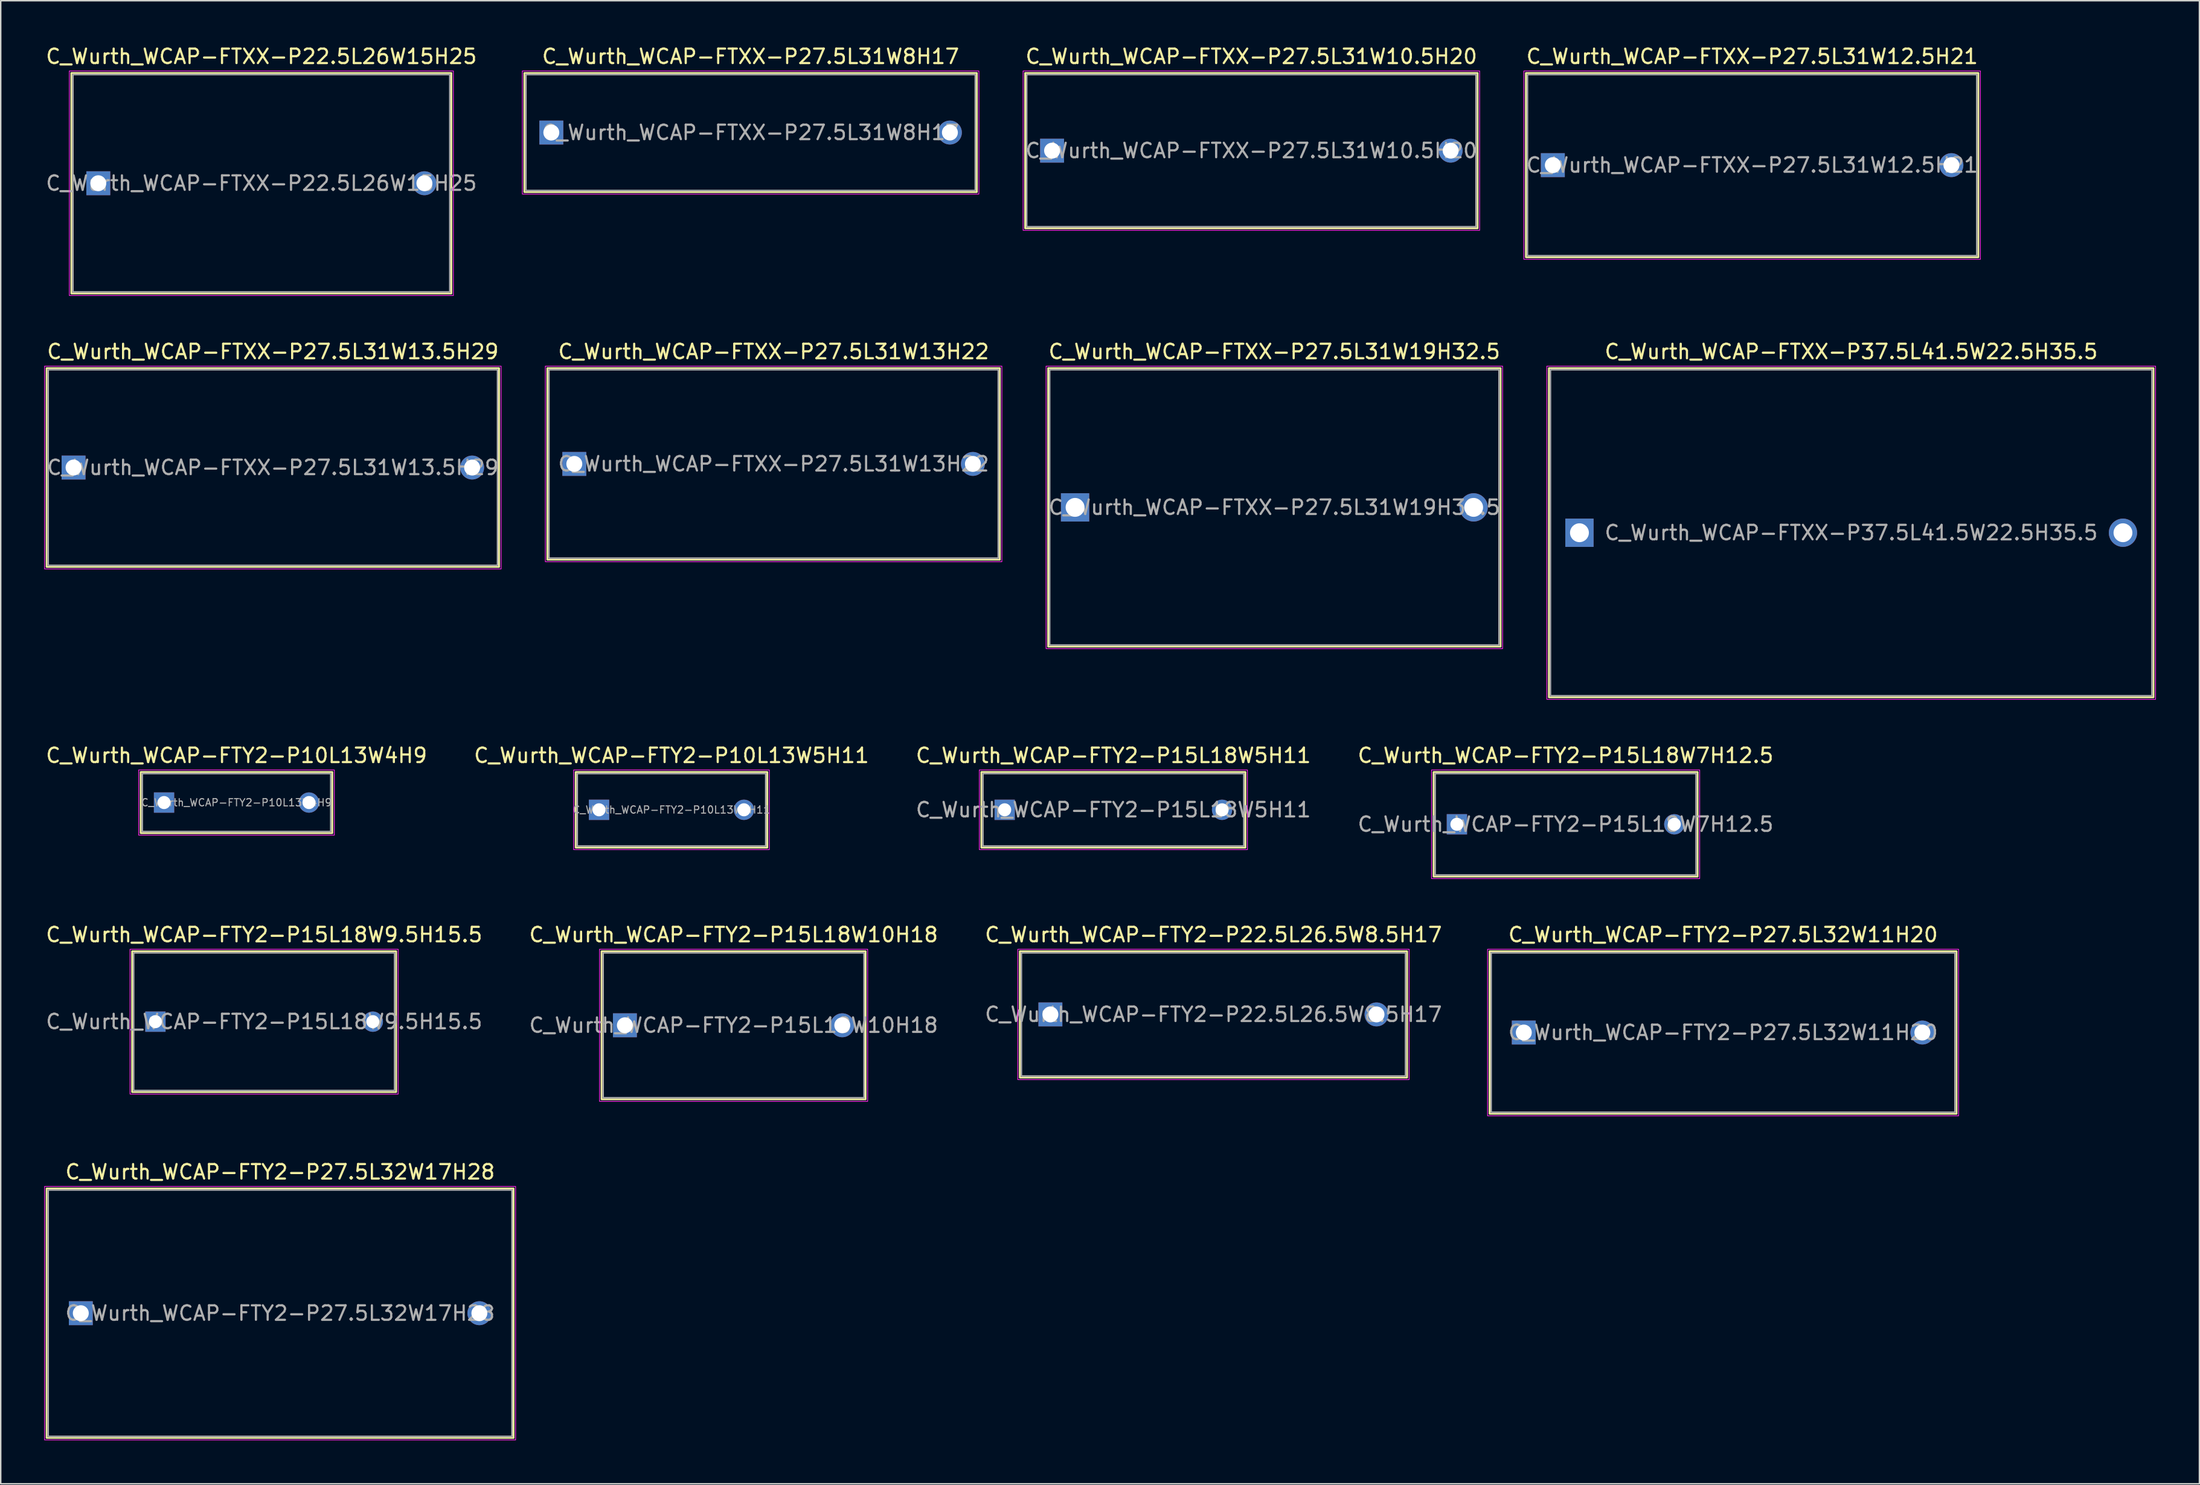
<source format=kicad_pcb>
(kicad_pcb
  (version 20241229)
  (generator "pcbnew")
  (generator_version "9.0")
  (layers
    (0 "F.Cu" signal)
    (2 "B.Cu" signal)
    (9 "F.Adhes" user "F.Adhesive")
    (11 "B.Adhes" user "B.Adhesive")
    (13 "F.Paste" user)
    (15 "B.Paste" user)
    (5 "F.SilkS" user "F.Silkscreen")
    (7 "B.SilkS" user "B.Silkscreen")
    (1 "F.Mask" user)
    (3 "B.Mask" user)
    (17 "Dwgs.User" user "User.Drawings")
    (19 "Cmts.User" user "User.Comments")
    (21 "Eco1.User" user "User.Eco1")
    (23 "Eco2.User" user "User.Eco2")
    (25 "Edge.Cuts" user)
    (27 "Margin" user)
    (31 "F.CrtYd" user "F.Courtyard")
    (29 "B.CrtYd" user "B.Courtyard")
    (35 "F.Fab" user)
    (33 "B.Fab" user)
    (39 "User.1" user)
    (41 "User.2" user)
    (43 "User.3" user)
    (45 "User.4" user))
  (footprint "C_Wurth_WCAP-FTXX-P27.5L31W8H17"
    (layer "F.Cu")
    (at 34.989 6.098)
    (property "Reference" "C_Wurth_WCAP-FTXX-P27.5L31W8H17" (at 13.75 -5.25 0) (unlocked yes) (layer "F.SilkS") (effects (font (size 1 1) (thickness 0.15))))
    (attr through_hole)
    (fp_rect (start -1.86 -4.11) (end 29.36 4.11) (stroke (width 0.12) (type solid)) (fill no) (layer "F.SilkS"))
    (fp_rect (start -2 -4.25) (end 29.5 4.25) (stroke (width 0.05) (type solid)) (fill no) (layer "F.CrtYd"))
    (fp_rect (start -1.75 -4) (end 29.25 4) (stroke (width 0.1) (type solid)) (fill no) (layer "F.Fab"))
    (fp_text user "${REFERENCE}" (at 13.75 0 0) (unlocked yes) (layer "F.Fab") (effects (font (size 1 1) (thickness 0.15))))
    (pad "1" thru_hole rect (at 0 0) (size 1.65 1.65) (drill 1.1) (layers "*.Cu" "*.Mask"))
    (pad "2" thru_hole circle (at 27.5 0) (size 1.65 1.65) (drill 1.1) (layers "*.Cu" "*.Mask")))
  (footprint "C_Wurth_WCAP-FTXX-P37.5L41.5W22.5H35.5"
    (layer "F.Cu")
    (at 105.925 33.721)
    (property "Reference" "C_Wurth_WCAP-FTXX-P37.5L41.5W22.5H35.5" (at 18.75 -12.5 0) (unlocked yes) (layer "F.SilkS") (effects (font (size 1 1) (thickness 0.15))))
    (attr through_hole)
    (fp_rect (start -2.11 -11.36) (end 39.61 11.36) (stroke (width 0.12) (type solid)) (fill no) (layer "F.SilkS"))
    (fp_rect (start -2.25 -11.5) (end 39.75 11.5) (stroke (width 0.05) (type solid)) (fill no) (layer "F.CrtYd"))
    (fp_rect (start -2 -11.25) (end 39.5 11.25) (stroke (width 0.1) (type solid)) (fill no) (layer "F.Fab"))
    (fp_text user "${REFERENCE}" (at 18.75 0 0) (unlocked yes) (layer "F.Fab") (effects (font (size 1 1) (thickness 0.15))))
    (pad "1" thru_hole rect (at 0 0) (size 1.95 1.95) (drill 1.3) (layers "*.Cu" "*.Mask"))
    (pad "2" thru_hole circle (at 37.5 0) (size 1.95 1.95) (drill 1.3) (layers "*.Cu" "*.Mask")))
  (footprint "C_Wurth_WCAP-FTXX-P27.5L31W13.5H29"
    (layer "F.Cu")
    (at 2.025 29.221)
    (property "Reference" "C_Wurth_WCAP-FTXX-P27.5L31W13.5H29" (at 13.75 -8 0) (unlocked yes) (layer "F.SilkS") (effects (font (size 1 1) (thickness 0.15))))
    (attr through_hole)
    (fp_rect (start -1.86 -6.86) (end 29.36 6.86) (stroke (width 0.12) (type solid)) (fill no) (layer "F.SilkS"))
    (fp_rect (start -2 -7) (end 29.5 7) (stroke (width 0.05) (type solid)) (fill no) (layer "F.CrtYd"))
    (fp_rect (start -1.75 -6.75) (end 29.25 6.75) (stroke (width 0.1) (type solid)) (fill no) (layer "F.Fab"))
    (fp_text user "${REFERENCE}" (at 13.75 0 0) (unlocked yes) (layer "F.Fab") (effects (font (size 1 1) (thickness 0.15))))
    (pad "1" thru_hole rect (at 0 0) (size 1.65 1.65) (drill 1.1) (layers "*.Cu" "*.Mask"))
    (pad "2" thru_hole circle (at 27.5 0) (size 1.65 1.65) (drill 1.1) (layers "*.Cu" "*.Mask")))
  (footprint "C_Wurth_WCAP-FTY2-P15L18W10H18"
    (layer "F.Cu")
    (at 40.065 67.718)
    (property "Reference" "C_Wurth_WCAP-FTY2-P15L18W10H18" (at 7.5 -6.25 0) (unlocked yes) (layer "F.SilkS") (effects (font (size 1 1) (thickness 0.15))))
    (attr through_hole)
    (fp_rect (start -1.61 -5.11) (end 16.61 5.11) (stroke (width 0.12) (type solid)) (fill no) (layer "F.SilkS"))
    (fp_rect (start -1.75 -5.25) (end 16.75 5.25) (stroke (width 0.05) (type solid)) (fill no) (layer "F.CrtYd"))
    (fp_rect (start -1.5 -5) (end 16.5 5) (stroke (width 0.1) (type solid)) (fill no) (layer "F.Fab"))
    (fp_text user "${REFERENCE}" (at 7.5 0 0) (unlocked yes) (layer "F.Fab") (effects (font (size 1 1) (thickness 0.15))))
    (pad "1" thru_hole rect (at 0 0) (size 1.65 1.65) (drill 1.1) (layers "*.Cu" "*.Mask"))
    (pad "2" thru_hole circle (at 15 0) (size 1.65 1.65) (drill 1.1) (layers "*.Cu" "*.Mask")))
  (footprint "C_Wurth_WCAP-FTXX-P27.5L31W19H32.5"
    (layer "F.Cu")
    (at 71.125 31.971)
    (property "Reference" "C_Wurth_WCAP-FTXX-P27.5L31W19H32.5" (at 13.75 -10.75 0) (unlocked yes) (layer "F.SilkS") (effects (font (size 1 1) (thickness 0.15))))
    (attr through_hole)
    (fp_rect (start -1.86 -9.61) (end 29.36 9.61) (stroke (width 0.12) (type solid)) (fill no) (layer "F.SilkS"))
    (fp_rect (start -2 -9.75) (end 29.5 9.75) (stroke (width 0.05) (type solid)) (fill no) (layer "F.CrtYd"))
    (fp_rect (start -1.75 -9.5) (end 29.25 9.5) (stroke (width 0.1) (type solid)) (fill no) (layer "F.Fab"))
    (fp_text user "${REFERENCE}" (at 13.75 0 0) (unlocked yes) (layer "F.Fab") (effects (font (size 1 1) (thickness 0.15))))
    (pad "1" thru_hole rect (at 0 0) (size 1.95 1.95) (drill 1.3) (layers "*.Cu" "*.Mask"))
    (pad "2" thru_hole circle (at 27.5 0) (size 1.95 1.95) (drill 1.3) (layers "*.Cu" "*.Mask")))
  (footprint "C_Wurth_WCAP-FTXX-P27.5L31W13H22"
    (layer "F.Cu")
    (at 36.575 28.971)
    (property "Reference" "C_Wurth_WCAP-FTXX-P27.5L31W13H22" (at 13.75 -7.75 0) (unlocked yes) (layer "F.SilkS") (effects (font (size 1 1) (thickness 0.15))))
    (attr through_hole)
    (fp_rect (start -1.86 -6.61) (end 29.36 6.61) (stroke (width 0.12) (type solid)) (fill no) (layer "F.SilkS"))
    (fp_rect (start -2 -6.75) (end 29.5 6.75) (stroke (width 0.05) (type solid)) (fill no) (layer "F.CrtYd"))
    (fp_rect (start -1.75 -6.5) (end 29.25 6.5) (stroke (width 0.1) (type solid)) (fill no) (layer "F.Fab"))
    (fp_text user "${REFERENCE}" (at 13.75 0 0) (unlocked yes) (layer "F.Fab") (effects (font (size 1 1) (thickness 0.15))))
    (pad "1" thru_hole rect (at 0 0) (size 1.65 1.65) (drill 1.1) (layers "*.Cu" "*.Mask"))
    (pad "2" thru_hole circle (at 27.5 0) (size 1.65 1.65) (drill 1.1) (layers "*.Cu" "*.Mask")))
  (footprint "C_Wurth_WCAP-FTY2-P27.5L32W11H20"
    (layer "F.Cu")
    (at 102.085 68.218)
    (property "Reference" "C_Wurth_WCAP-FTY2-P27.5L32W11H20" (at 13.75 -6.75 0) (unlocked yes) (layer "F.SilkS") (effects (font (size 1 1) (thickness 0.15))))
    (attr through_hole)
    (fp_rect (start -2.36 -5.61) (end 29.86 5.61) (stroke (width 0.12) (type solid)) (fill no) (layer "F.SilkS"))
    (fp_rect (start -2.5 -5.75) (end 30 5.75) (stroke (width 0.05) (type solid)) (fill no) (layer "F.CrtYd"))
    (fp_rect (start -2.25 -5.5) (end 29.75 5.5) (stroke (width 0.1) (type solid)) (fill no) (layer "F.Fab"))
    (fp_text user "${REFERENCE}" (at 13.75 0 0) (unlocked yes) (layer "F.Fab") (effects (font (size 1 1) (thickness 0.15))))
    (pad "1" thru_hole rect (at 0 0) (size 1.65 1.65) (drill 1.1) (layers "*.Cu" "*.Mask"))
    (pad "2" thru_hole circle (at 27.5 0) (size 1.65 1.65) (drill 1.1) (layers "*.Cu" "*.Mask")))
  (footprint "C_Wurth_WCAP-FTY2-P27.5L32W17H28"
    (layer "F.Cu")
    (at 2.525 87.591)
    (property "Reference" "C_Wurth_WCAP-FTY2-P27.5L32W17H28" (at 13.75 -9.75 0) (unlocked yes) (layer "F.SilkS") (effects (font (size 1 1) (thickness 0.15))))
    (attr through_hole)
    (fp_rect (start -2.36 -8.61) (end 29.86 8.61) (stroke (width 0.12) (type solid)) (fill no) (layer "F.SilkS"))
    (fp_rect (start -2.5 -8.75) (end 30 8.75) (stroke (width 0.05) (type solid)) (fill no) (layer "F.CrtYd"))
    (fp_rect (start -2.25 -8.5) (end 29.75 8.5) (stroke (width 0.1) (type solid)) (fill no) (layer "F.Fab"))
    (fp_text user "${REFERENCE}" (at 13.75 0 0) (unlocked yes) (layer "F.Fab") (effects (font (size 1 1) (thickness 0.15))))
    (pad "1" thru_hole rect (at 0 0) (size 1.65 1.65) (drill 1.1) (layers "*.Cu" "*.Mask"))
    (pad "2" thru_hole circle (at 27.5 0) (size 1.65 1.65) (drill 1.1) (layers "*.Cu" "*.Mask")))
  (footprint "C_Wurth_WCAP-FTY2-P10L13W4H9"
    (layer "F.Cu")
    (at 8.268 52.345)
    (property "Reference" "C_Wurth_WCAP-FTY2-P10L13W4H9" (at 5 -3.25 0) (unlocked yes) (layer "F.SilkS") (effects (font (size 1 1) (thickness 0.15))))
    (attr through_hole)
    (fp_rect (start -1.61 -2.11) (end 11.61 2.11) (stroke (width 0.12) (type solid)) (fill no) (layer "F.SilkS"))
    (fp_rect (start -1.75 -2.25) (end 11.75 2.25) (stroke (width 0.05) (type solid)) (fill no) (layer "F.CrtYd"))
    (fp_rect (start -1.5 -2) (end 11.5 2) (stroke (width 0.1) (type solid)) (fill no) (layer "F.Fab"))
    (fp_text user "${REFERENCE}" (at 5 0 0) (unlocked yes) (layer "F.Fab") (effects (font (size 0.5 0.5) (thickness 0.075))))
    (pad "1" thru_hole rect (at 0 0) (size 1.4 1.4) (drill 0.9) (layers "*.Cu" "*.Mask"))
    (pad "2" thru_hole circle (at 10 0) (size 1.4 1.4) (drill 0.9) (layers "*.Cu" "*.Mask")))
  (footprint "C_Wurth_WCAP-FTY2-P10L13W5H11"
    (layer "F.Cu")
    (at 38.28 52.845)
    (property "Reference" "C_Wurth_WCAP-FTY2-P10L13W5H11" (at 5 -3.75 0) (unlocked yes) (layer "F.SilkS") (effects (font (size 1 1) (thickness 0.15))))
    (attr through_hole)
    (fp_rect (start -1.61 -2.61) (end 11.61 2.61) (stroke (width 0.12) (type solid)) (fill no) (layer "F.SilkS"))
    (fp_rect (start -1.75 -2.75) (end 11.75 2.75) (stroke (width 0.05) (type solid)) (fill no) (layer "F.CrtYd"))
    (fp_rect (start -1.5 -2.5) (end 11.5 2.5) (stroke (width 0.1) (type solid)) (fill no) (layer "F.Fab"))
    (fp_text user "${REFERENCE}" (at 5 0 0) (unlocked yes) (layer "F.Fab") (effects (font (size 0.5 0.5) (thickness 0.075))))
    (pad "1" thru_hole rect (at 0 0) (size 1.4 1.4) (drill 0.9) (layers "*.Cu" "*.Mask"))
    (pad "2" thru_hole circle (at 10 0) (size 1.4 1.4) (drill 0.9) (layers "*.Cu" "*.Mask")))
  (footprint "C_Wurth_WCAP-FTY2-P15L18W9.5H15.5"
    (layer "F.Cu")
    (at 7.673 67.468)
    (property "Reference" "C_Wurth_WCAP-FTY2-P15L18W9.5H15.5" (at 7.5 -6 0) (unlocked yes) (layer "F.SilkS") (effects (font (size 1 1) (thickness 0.15))))
    (attr through_hole)
    (fp_rect (start -1.61 -4.86) (end 16.61 4.86) (stroke (width 0.12) (type solid)) (fill no) (layer "F.SilkS"))
    (fp_rect (start -1.75 -5) (end 16.75 5) (stroke (width 0.05) (type solid)) (fill no) (layer "F.CrtYd"))
    (fp_rect (start -1.5 -4.75) (end 16.5 4.75) (stroke (width 0.1) (type solid)) (fill no) (layer "F.Fab"))
    (fp_text user "${REFERENCE}" (at 7.5 0 0) (unlocked yes) (layer "F.Fab") (effects (font (size 1 1) (thickness 0.15))))
    (pad "1" thru_hole rect (at 0 0) (size 1.4 1.4) (drill 0.9) (layers "*.Cu" "*.Mask"))
    (pad "2" thru_hole circle (at 15 0) (size 1.4 1.4) (drill 0.9) (layers "*.Cu" "*.Mask")))
  (footprint "C_Wurth_WCAP-FTXX-P27.5L31W12.5H21"
    (layer "F.Cu")
    (at 104.089 8.348)
    (property "Reference" "C_Wurth_WCAP-FTXX-P27.5L31W12.5H21" (at 13.75 -7.5 0) (unlocked yes) (layer "F.SilkS") (effects (font (size 1 1) (thickness 0.15))))
    (attr through_hole)
    (fp_rect (start -1.86 -6.36) (end 29.36 6.36) (stroke (width 0.12) (type solid)) (fill no) (layer "F.SilkS"))
    (fp_rect (start -2 -6.5) (end 29.5 6.5) (stroke (width 0.05) (type solid)) (fill no) (layer "F.CrtYd"))
    (fp_rect (start -1.75 -6.25) (end 29.25 6.25) (stroke (width 0.1) (type solid)) (fill no) (layer "F.Fab"))
    (fp_text user "${REFERENCE}" (at 13.75 0 0) (unlocked yes) (layer "F.Fab") (effects (font (size 1 1) (thickness 0.15))))
    (pad "1" thru_hole rect (at 0 0) (size 1.65 1.65) (drill 1.1) (layers "*.Cu" "*.Mask"))
    (pad "2" thru_hole circle (at 27.5 0) (size 1.65 1.65) (drill 1.1) (layers "*.Cu" "*.Mask")))
  (footprint "C_Wurth_WCAP-FTXX-P22.5L26W15H25"
    (layer "F.Cu")
    (at 3.732 9.598)
    (property "Reference" "C_Wurth_WCAP-FTXX-P22.5L26W15H25" (at 11.25 -8.75 0) (unlocked yes) (layer "F.SilkS") (effects (font (size 1 1) (thickness 0.15))))
    (attr through_hole)
    (fp_rect (start -1.86 -7.61) (end 24.36 7.61) (stroke (width 0.12) (type solid)) (fill no) (layer "F.SilkS"))
    (fp_rect (start -2 -7.75) (end 24.5 7.75) (stroke (width 0.05) (type solid)) (fill no) (layer "F.CrtYd"))
    (fp_rect (start -1.75 -7.5) (end 24.25 7.5) (stroke (width 0.1) (type solid)) (fill no) (layer "F.Fab"))
    (fp_text user "${REFERENCE}" (at 11.25 0 0) (unlocked yes) (layer "F.Fab") (effects (font (size 1 1) (thickness 0.15))))
    (pad "1" thru_hole rect (at 0 0) (size 1.65 1.65) (drill 1.1) (layers "*.Cu" "*.Mask"))
    (pad "2" thru_hole circle (at 22.5 0) (size 1.65 1.65) (drill 1.1) (layers "*.Cu" "*.Mask")))
  (footprint "C_Wurth_WCAP-FTY2-P15L18W7H12.5"
    (layer "F.Cu")
    (at 97.47 53.845)
    (property "Reference" "C_Wurth_WCAP-FTY2-P15L18W7H12.5" (at 7.5 -4.75 0) (unlocked yes) (layer "F.SilkS") (effects (font (size 1 1) (thickness 0.15))))
    (attr through_hole)
    (fp_rect (start -1.61 -3.61) (end 16.61 3.61) (stroke (width 0.12) (type solid)) (fill no) (layer "F.SilkS"))
    (fp_rect (start -1.75 -3.75) (end 16.75 3.75) (stroke (width 0.05) (type solid)) (fill no) (layer "F.CrtYd"))
    (fp_rect (start -1.5 -3.5) (end 16.5 3.5) (stroke (width 0.1) (type solid)) (fill no) (layer "F.Fab"))
    (fp_text user "${REFERENCE}" (at 7.5 0 0) (unlocked yes) (layer "F.Fab") (effects (font (size 1 1) (thickness 0.15))))
    (pad "1" thru_hole rect (at 0 0) (size 1.4 1.4) (drill 0.9) (layers "*.Cu" "*.Mask"))
    (pad "2" thru_hole circle (at 15 0) (size 1.4 1.4) (drill 0.9) (layers "*.Cu" "*.Mask")))
  (footprint "C_Wurth_WCAP-FTY2-P22.5L26.5W8.5H17"
    (layer "F.Cu")
    (at 69.423 66.968)
    (property "Reference" "C_Wurth_WCAP-FTY2-P22.5L26.5W8.5H17" (at 11.25 -5.5 0) (unlocked yes) (layer "F.SilkS") (effects (font (size 1 1) (thickness 0.15))))
    (attr through_hole)
    (fp_rect (start -2.11 -4.36) (end 24.61 4.36) (stroke (width 0.12) (type solid)) (fill no) (layer "F.SilkS"))
    (fp_rect (start -2.25 -4.5) (end 24.75 4.5) (stroke (width 0.05) (type solid)) (fill no) (layer "F.CrtYd"))
    (fp_rect (start -2 -4.25) (end 24.5 4.25) (stroke (width 0.1) (type solid)) (fill no) (layer "F.Fab"))
    (fp_text user "${REFERENCE}" (at 11.25 0 0) (unlocked yes) (layer "F.Fab") (effects (font (size 1 1) (thickness 0.15))))
    (pad "1" thru_hole rect (at 0 0) (size 1.65 1.65) (drill 1.1) (layers "*.Cu" "*.Mask"))
    (pad "2" thru_hole circle (at 22.5 0) (size 1.65 1.65) (drill 1.1) (layers "*.Cu" "*.Mask")))
  (footprint "C_Wurth_WCAP-FTY2-P15L18W5H11"
    (layer "F.Cu")
    (at 66.268 52.845)
    (property "Reference" "C_Wurth_WCAP-FTY2-P15L18W5H11" (at 7.5 -3.75 0) (unlocked yes) (layer "F.SilkS") (effects (font (size 1 1) (thickness 0.15))))
    (attr through_hole)
    (fp_rect (start -1.61 -2.61) (end 16.61 2.61) (stroke (width 0.12) (type solid)) (fill no) (layer "F.SilkS"))
    (fp_rect (start -1.75 -2.75) (end 16.75 2.75) (stroke (width 0.05) (type solid)) (fill no) (layer "F.CrtYd"))
    (fp_rect (start -1.5 -2.5) (end 16.5 2.5) (stroke (width 0.1) (type solid)) (fill no) (layer "F.Fab"))
    (fp_text user "${REFERENCE}" (at 7.5 0 0) (unlocked yes) (layer "F.Fab") (effects (font (size 1 1) (thickness 0.15))))
    (pad "1" thru_hole rect (at 0 0) (size 1.4 1.4) (drill 0.9) (layers "*.Cu" "*.Mask"))
    (pad "2" thru_hole circle (at 15 0) (size 1.4 1.4) (drill 0.9) (layers "*.Cu" "*.Mask")))
  (footprint "C_Wurth_WCAP-FTXX-P27.5L31W10.5H20"
    (layer "F.Cu")
    (at 69.539 7.348)
    (property "Reference" "C_Wurth_WCAP-FTXX-P27.5L31W10.5H20" (at 13.75 -6.5 0) (unlocked yes) (layer "F.SilkS") (effects (font (size 1 1) (thickness 0.15))))
    (attr through_hole)
    (fp_rect (start -1.86 -5.36) (end 29.36 5.36) (stroke (width 0.12) (type solid)) (fill no) (layer "F.SilkS"))
    (fp_rect (start -2 -5.5) (end 29.5 5.5) (stroke (width 0.05) (type solid)) (fill no) (layer "F.CrtYd"))
    (fp_rect (start -1.75 -5.25) (end 29.25 5.25) (stroke (width 0.1) (type solid)) (fill no) (layer "F.Fab"))
    (fp_text user "${REFERENCE}" (at 13.75 0 0) (unlocked yes) (layer "F.Fab") (effects (font (size 1 1) (thickness 0.15))))
    (pad "1" thru_hole rect (at 0 0) (size 1.65 1.65) (drill 1.1) (layers "*.Cu" "*.Mask"))
    (pad "2" thru_hole circle (at 27.5 0) (size 1.65 1.65) (drill 1.1) (layers "*.Cu" "*.Mask")))
  (gr_rect
    (start -3 -3)
    (end 148.7 99.366)
    (stroke (width 0.1) (type default))
    (fill no)
    (layer "Edge.Cuts")))
</source>
